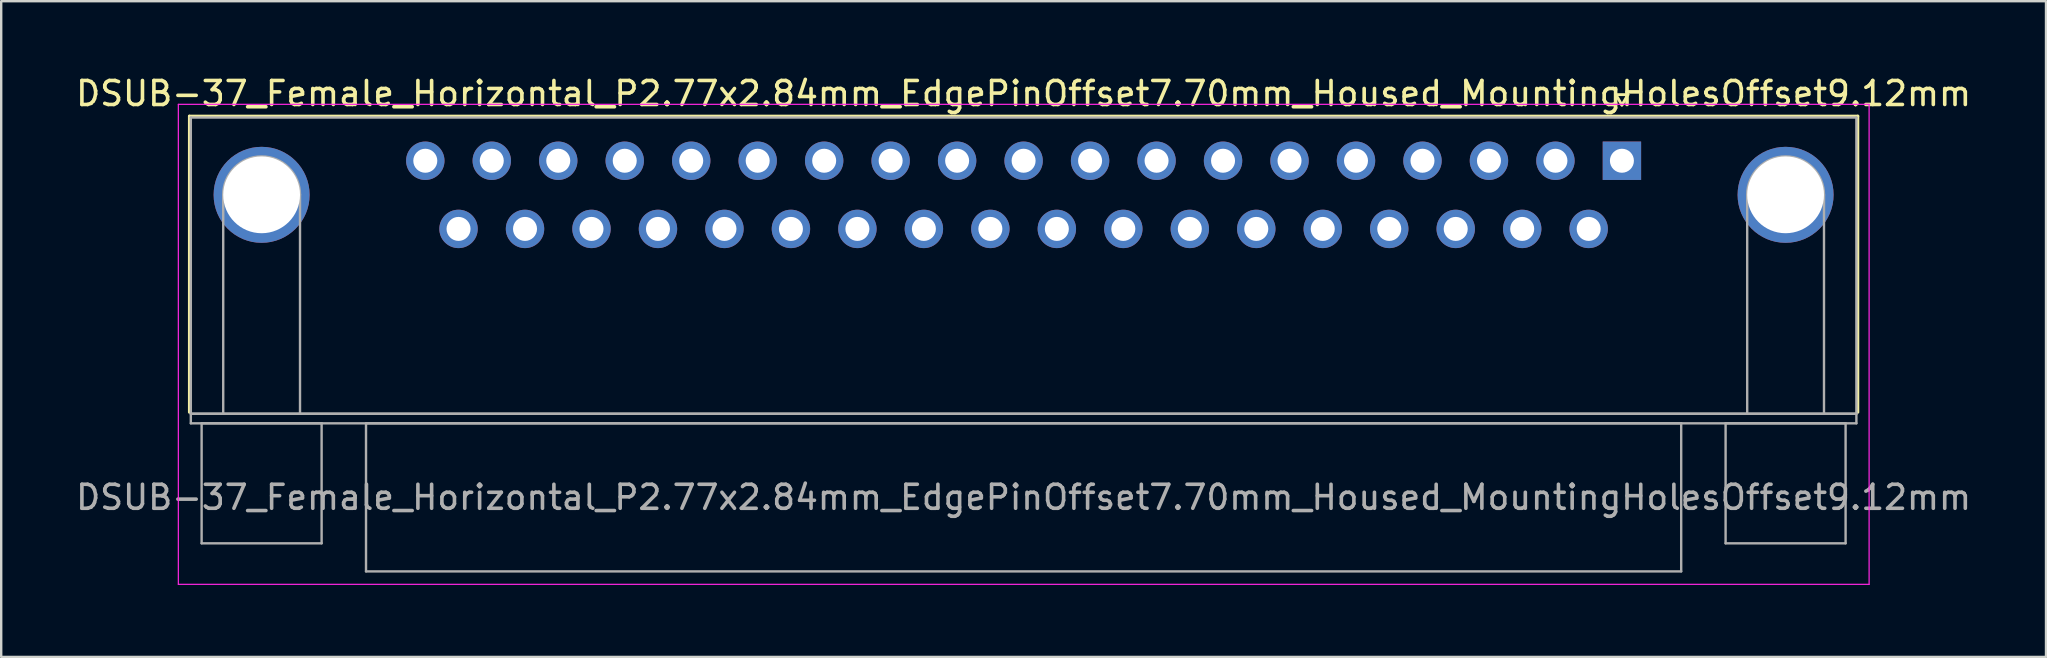
<source format=kicad_pcb>
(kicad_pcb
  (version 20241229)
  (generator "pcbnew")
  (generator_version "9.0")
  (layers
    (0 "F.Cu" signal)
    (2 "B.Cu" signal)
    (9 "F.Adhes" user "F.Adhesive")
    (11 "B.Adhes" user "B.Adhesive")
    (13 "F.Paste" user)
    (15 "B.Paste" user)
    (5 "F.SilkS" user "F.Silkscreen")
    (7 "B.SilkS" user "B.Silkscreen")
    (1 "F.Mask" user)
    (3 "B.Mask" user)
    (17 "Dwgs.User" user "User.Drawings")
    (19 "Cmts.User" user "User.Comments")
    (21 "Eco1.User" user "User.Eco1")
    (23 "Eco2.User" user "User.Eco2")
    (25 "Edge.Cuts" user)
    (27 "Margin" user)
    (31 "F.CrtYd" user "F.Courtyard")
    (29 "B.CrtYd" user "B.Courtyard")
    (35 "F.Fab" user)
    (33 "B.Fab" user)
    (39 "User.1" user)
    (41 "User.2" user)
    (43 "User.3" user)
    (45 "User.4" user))
  (footprint "DSUB-37_Female_Horizontal_P2.77x2.84mm_EdgePinOffset7.70mm_Housed_MountingHolesOffset9.12mm"
    (layer "F.Cu")
    (at 64.531 3.648)
    (property "Reference" "DSUB-37_Female_Horizontal_P2.77x2.84mm_EdgePinOffset7.70mm_Housed_MountingHolesOffset9.12mm" (at -24.93 -2.8 0) (layer "F.SilkS") (effects (font (size 1 1) (thickness 0.15))))
    (attr through_hole)
    (fp_line (start -59.69 -1.86) (end 9.83 -1.86) (stroke (width 0.12) (type solid)) (layer "F.SilkS"))
    (fp_line (start -59.69 10.48) (end -59.69 -1.86) (stroke (width 0.12) (type solid)) (layer "F.SilkS"))
    (fp_line (start -0.25 -2.754) (end 0.25 -2.754) (stroke (width 0.12) (type solid)) (layer "F.SilkS"))
    (fp_line (start 0 -2.321) (end -0.25 -2.754) (stroke (width 0.12) (type solid)) (layer "F.SilkS"))
    (fp_line (start 0.25 -2.754) (end 0 -2.321) (stroke (width 0.12) (type solid)) (layer "F.SilkS"))
    (fp_line (start 9.83 -1.86) (end 9.83 10.48) (stroke (width 0.12) (type solid)) (layer "F.SilkS"))
    (fp_line (start -60.15 -2.35) (end -60.15 17.65) (stroke (width 0.05) (type solid)) (layer "F.CrtYd"))
    (fp_line (start -60.15 17.65) (end 10.3 17.65) (stroke (width 0.05) (type solid)) (layer "F.CrtYd"))
    (fp_line (start 10.3 -2.35) (end -60.15 -2.35) (stroke (width 0.05) (type solid)) (layer "F.CrtYd"))
    (fp_line (start 10.3 17.65) (end 10.3 -2.35) (stroke (width 0.05) (type solid)) (layer "F.CrtYd"))
    (fp_line (start -59.63 -1.8) (end -59.63 10.54) (stroke (width 0.1) (type solid)) (layer "F.Fab"))
    (fp_line (start -59.63 10.54) (end -59.63 10.94) (stroke (width 0.1) (type solid)) (layer "F.Fab"))
    (fp_line (start -59.63 10.54) (end 9.77 10.54) (stroke (width 0.1) (type solid)) (layer "F.Fab"))
    (fp_line (start -59.63 10.94) (end 9.77 10.94) (stroke (width 0.1) (type solid)) (layer "F.Fab"))
    (fp_line (start -59.18 10.94) (end -59.18 15.94) (stroke (width 0.1) (type solid)) (layer "F.Fab"))
    (fp_line (start -59.18 15.94) (end -54.18 15.94) (stroke (width 0.1) (type solid)) (layer "F.Fab"))
    (fp_line (start -58.28 10.54) (end -58.28 1.42) (stroke (width 0.1) (type solid)) (layer "F.Fab"))
    (fp_line (start -55.08 10.54) (end -55.08 1.42) (stroke (width 0.1) (type solid)) (layer "F.Fab"))
    (fp_line (start -54.18 10.94) (end -59.18 10.94) (stroke (width 0.1) (type solid)) (layer "F.Fab"))
    (fp_line (start -54.18 15.94) (end -54.18 10.94) (stroke (width 0.1) (type solid)) (layer "F.Fab"))
    (fp_line (start -52.33 10.94) (end -52.33 17.11) (stroke (width 0.1) (type solid)) (layer "F.Fab"))
    (fp_line (start -52.33 17.11) (end 2.47 17.11) (stroke (width 0.1) (type solid)) (layer "F.Fab"))
    (fp_line (start 2.47 10.94) (end -52.33 10.94) (stroke (width 0.1) (type solid)) (layer "F.Fab"))
    (fp_line (start 2.47 17.11) (end 2.47 10.94) (stroke (width 0.1) (type solid)) (layer "F.Fab"))
    (fp_line (start 4.32 10.94) (end 4.32 15.94) (stroke (width 0.1) (type solid)) (layer "F.Fab"))
    (fp_line (start 4.32 15.94) (end 9.32 15.94) (stroke (width 0.1) (type solid)) (layer "F.Fab"))
    (fp_line (start 5.22 10.54) (end 5.22 1.42) (stroke (width 0.1) (type solid)) (layer "F.Fab"))
    (fp_line (start 8.42 10.54) (end 8.42 1.42) (stroke (width 0.1) (type solid)) (layer "F.Fab"))
    (fp_line (start 9.32 10.94) (end 4.32 10.94) (stroke (width 0.1) (type solid)) (layer "F.Fab"))
    (fp_line (start 9.32 15.94) (end 9.32 10.94) (stroke (width 0.1) (type solid)) (layer "F.Fab"))
    (fp_line (start 9.77 -1.8) (end -59.63 -1.8) (stroke (width 0.1) (type solid)) (layer "F.Fab"))
    (fp_line (start 9.77 10.54) (end -59.63 10.54) (stroke (width 0.1) (type solid)) (layer "F.Fab"))
    (fp_line (start 9.77 10.54) (end 9.77 -1.8) (stroke (width 0.1) (type solid)) (layer "F.Fab"))
    (fp_line (start 9.77 10.94) (end 9.77 10.54) (stroke (width 0.1) (type solid)) (layer "F.Fab"))
    (fp_arc (start -58.28 1.42) (mid -56.68 -0.18) (end -55.08 1.42) (stroke (width 0.1) (type solid)) (layer "F.Fab"))
    (fp_arc (start 5.22 1.42) (mid 6.82 -0.18) (end 8.42 1.42) (stroke (width 0.1) (type solid)) (layer "F.Fab"))
    (fp_text user "${REFERENCE}" (at -24.93 14.025 0) (layer "F.Fab") (effects (font (size 1 1) (thickness 0.15))))
    (pad "0" thru_hole circle (at -56.68 1.42) (size 4 4) (drill 3.2) (layers "*.Cu" "*.Mask"))
    (pad "0" thru_hole circle (at 6.82 1.42) (size 4 4) (drill 3.2) (layers "*.Cu" "*.Mask"))
    (pad "1" thru_hole rect (at 0 0) (size 1.6 1.6) (drill 1) (layers "*.Cu" "*.Mask"))
    (pad "2" thru_hole circle (at -2.77 0) (size 1.6 1.6) (drill 1) (layers "*.Cu" "*.Mask"))
    (pad "3" thru_hole circle (at -5.54 0) (size 1.6 1.6) (drill 1) (layers "*.Cu" "*.Mask"))
    (pad "4" thru_hole circle (at -8.31 0) (size 1.6 1.6) (drill 1) (layers "*.Cu" "*.Mask"))
    (pad "5" thru_hole circle (at -11.08 0) (size 1.6 1.6) (drill 1) (layers "*.Cu" "*.Mask"))
    (pad "6" thru_hole circle (at -13.85 0) (size 1.6 1.6) (drill 1) (layers "*.Cu" "*.Mask"))
    (pad "7" thru_hole circle (at -16.62 0) (size 1.6 1.6) (drill 1) (layers "*.Cu" "*.Mask"))
    (pad "8" thru_hole circle (at -19.39 0) (size 1.6 1.6) (drill 1) (layers "*.Cu" "*.Mask"))
    (pad "9" thru_hole circle (at -22.16 0) (size 1.6 1.6) (drill 1) (layers "*.Cu" "*.Mask"))
    (pad "10" thru_hole circle (at -24.93 0) (size 1.6 1.6) (drill 1) (layers "*.Cu" "*.Mask"))
    (pad "11" thru_hole circle (at -27.7 0) (size 1.6 1.6) (drill 1) (layers "*.Cu" "*.Mask"))
    (pad "12" thru_hole circle (at -30.47 0) (size 1.6 1.6) (drill 1) (layers "*.Cu" "*.Mask"))
    (pad "13" thru_hole circle (at -33.24 0) (size 1.6 1.6) (drill 1) (layers "*.Cu" "*.Mask"))
    (pad "14" thru_hole circle (at -36.01 0) (size 1.6 1.6) (drill 1) (layers "*.Cu" "*.Mask"))
    (pad "15" thru_hole circle (at -38.78 0) (size 1.6 1.6) (drill 1) (layers "*.Cu" "*.Mask"))
    (pad "16" thru_hole circle (at -41.55 0) (size 1.6 1.6) (drill 1) (layers "*.Cu" "*.Mask"))
    (pad "17" thru_hole circle (at -44.32 0) (size 1.6 1.6) (drill 1) (layers "*.Cu" "*.Mask"))
    (pad "18" thru_hole circle (at -47.09 0) (size 1.6 1.6) (drill 1) (layers "*.Cu" "*.Mask"))
    (pad "19" thru_hole circle (at -49.86 0) (size 1.6 1.6) (drill 1) (layers "*.Cu" "*.Mask"))
    (pad "20" thru_hole circle (at -1.385 2.84) (size 1.6 1.6) (drill 1) (layers "*.Cu" "*.Mask"))
    (pad "21" thru_hole circle (at -4.155 2.84) (size 1.6 1.6) (drill 1) (layers "*.Cu" "*.Mask"))
    (pad "22" thru_hole circle (at -6.925 2.84) (size 1.6 1.6) (drill 1) (layers "*.Cu" "*.Mask"))
    (pad "23" thru_hole circle (at -9.695 2.84) (size 1.6 1.6) (drill 1) (layers "*.Cu" "*.Mask"))
    (pad "24" thru_hole circle (at -12.465 2.84) (size 1.6 1.6) (drill 1) (layers "*.Cu" "*.Mask"))
    (pad "25" thru_hole circle (at -15.235 2.84) (size 1.6 1.6) (drill 1) (layers "*.Cu" "*.Mask"))
    (pad "26" thru_hole circle (at -18.005 2.84) (size 1.6 1.6) (drill 1) (layers "*.Cu" "*.Mask"))
    (pad "27" thru_hole circle (at -20.775 2.84) (size 1.6 1.6) (drill 1) (layers "*.Cu" "*.Mask"))
    (pad "28" thru_hole circle (at -23.545 2.84) (size 1.6 1.6) (drill 1) (layers "*.Cu" "*.Mask"))
    (pad "29" thru_hole circle (at -26.315 2.84) (size 1.6 1.6) (drill 1) (layers "*.Cu" "*.Mask"))
    (pad "30" thru_hole circle (at -29.085 2.84) (size 1.6 1.6) (drill 1) (layers "*.Cu" "*.Mask"))
    (pad "31" thru_hole circle (at -31.855 2.84) (size 1.6 1.6) (drill 1) (layers "*.Cu" "*.Mask"))
    (pad "32" thru_hole circle (at -34.625 2.84) (size 1.6 1.6) (drill 1) (layers "*.Cu" "*.Mask"))
    (pad "33" thru_hole circle (at -37.395 2.84) (size 1.6 1.6) (drill 1) (layers "*.Cu" "*.Mask"))
    (pad "34" thru_hole circle (at -40.165 2.84) (size 1.6 1.6) (drill 1) (layers "*.Cu" "*.Mask"))
    (pad "35" thru_hole circle (at -42.935 2.84) (size 1.6 1.6) (drill 1) (layers "*.Cu" "*.Mask"))
    (pad "36" thru_hole circle (at -45.705 2.84) (size 1.6 1.6) (drill 1) (layers "*.Cu" "*.Mask"))
    (pad "37" thru_hole circle (at -48.475 2.84) (size 1.6 1.6) (drill 1) (layers "*.Cu" "*.Mask")))
  (gr_rect
    (start -3 -3)
    (end 82.202 24.323)
    (stroke (width 0.1) (type default))
    (fill no)
    (layer "Edge.Cuts")))
</source>
